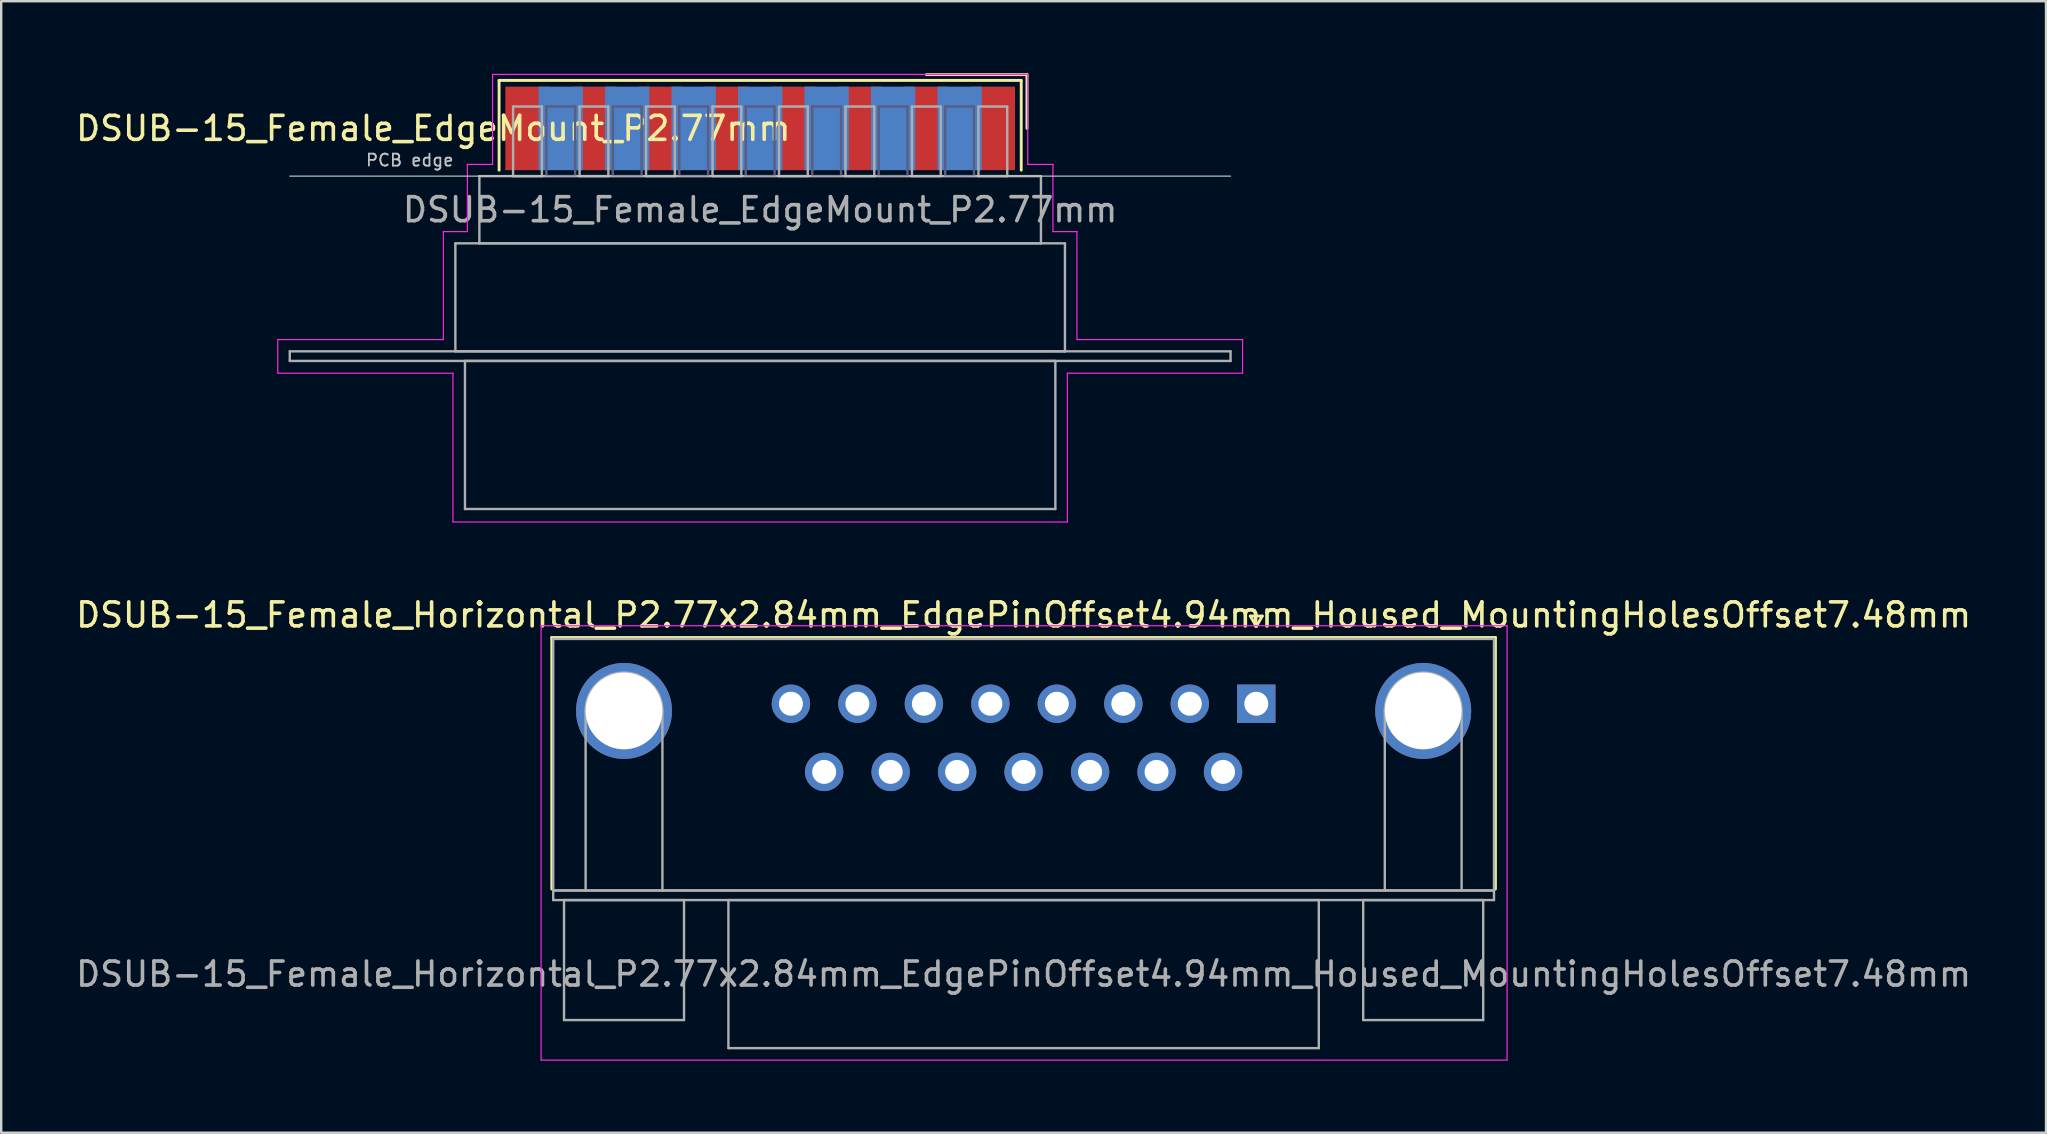
<source format=kicad_pcb>
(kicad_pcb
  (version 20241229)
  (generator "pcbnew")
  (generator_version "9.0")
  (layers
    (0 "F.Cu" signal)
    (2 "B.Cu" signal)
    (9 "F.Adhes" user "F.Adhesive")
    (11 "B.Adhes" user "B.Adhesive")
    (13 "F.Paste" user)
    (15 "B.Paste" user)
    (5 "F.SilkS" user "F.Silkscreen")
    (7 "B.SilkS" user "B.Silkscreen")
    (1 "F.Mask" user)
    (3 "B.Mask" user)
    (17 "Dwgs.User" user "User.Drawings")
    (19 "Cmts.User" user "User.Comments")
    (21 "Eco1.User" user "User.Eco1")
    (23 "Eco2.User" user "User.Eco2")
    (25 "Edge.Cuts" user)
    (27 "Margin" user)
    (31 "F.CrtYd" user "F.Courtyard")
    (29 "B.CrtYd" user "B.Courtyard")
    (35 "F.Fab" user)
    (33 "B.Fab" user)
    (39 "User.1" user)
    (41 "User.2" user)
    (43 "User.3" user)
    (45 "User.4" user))
  (footprint "DSUB-15_Female_Horizontal_P2.77x2.84mm_EdgePinOffset4.94mm_Housed_MountingHolesOffset7.48mm"
    (layer "F.Cu")
    (at 49.296 26.273)
    (property "Reference" "DSUB-15_Female_Horizontal_P2.77x2.84mm_EdgePinOffset4.94mm_Housed_MountingHolesOffset7.48mm" (at -9.695 -3.7 0) (layer "F.SilkS") (effects (font (size 1 1) (thickness 0.15))))
    (attr through_hole)
    (fp_line (start -29.355 -2.76) (end 9.965 -2.76) (stroke (width 0.12) (type solid)) (layer "F.SilkS"))
    (fp_line (start -29.355 7.72) (end -29.355 -2.76) (stroke (width 0.12) (type solid)) (layer "F.SilkS"))
    (fp_line (start -0.25 -3.654) (end 0.25 -3.654) (stroke (width 0.12) (type solid)) (layer "F.SilkS"))
    (fp_line (start 0 -3.221) (end -0.25 -3.654) (stroke (width 0.12) (type solid)) (layer "F.SilkS"))
    (fp_line (start 0.25 -3.654) (end 0 -3.221) (stroke (width 0.12) (type solid)) (layer "F.SilkS"))
    (fp_line (start 9.965 -2.76) (end 9.965 7.72) (stroke (width 0.12) (type solid)) (layer "F.SilkS"))
    (fp_line (start -29.8 -3.25) (end -29.8 14.85) (stroke (width 0.05) (type solid)) (layer "F.CrtYd"))
    (fp_line (start -29.8 14.85) (end 10.45 14.85) (stroke (width 0.05) (type solid)) (layer "F.CrtYd"))
    (fp_line (start 10.45 -3.25) (end -29.8 -3.25) (stroke (width 0.05) (type solid)) (layer "F.CrtYd"))
    (fp_line (start 10.45 14.85) (end 10.45 -3.25) (stroke (width 0.05) (type solid)) (layer "F.CrtYd"))
    (fp_line (start -29.295 -2.7) (end -29.295 7.78) (stroke (width 0.1) (type solid)) (layer "F.Fab"))
    (fp_line (start -29.295 7.78) (end -29.295 8.18) (stroke (width 0.1) (type solid)) (layer "F.Fab"))
    (fp_line (start -29.295 7.78) (end 9.905 7.78) (stroke (width 0.1) (type solid)) (layer "F.Fab"))
    (fp_line (start -29.295 8.18) (end 9.905 8.18) (stroke (width 0.1) (type solid)) (layer "F.Fab"))
    (fp_line (start -28.845 8.18) (end -28.845 13.18) (stroke (width 0.1) (type solid)) (layer "F.Fab"))
    (fp_line (start -28.845 13.18) (end -23.845 13.18) (stroke (width 0.1) (type solid)) (layer "F.Fab"))
    (fp_line (start -27.945 7.78) (end -27.945 0.3) (stroke (width 0.1) (type solid)) (layer "F.Fab"))
    (fp_line (start -24.745 7.78) (end -24.745 0.3) (stroke (width 0.1) (type solid)) (layer "F.Fab"))
    (fp_line (start -23.845 8.18) (end -28.845 8.18) (stroke (width 0.1) (type solid)) (layer "F.Fab"))
    (fp_line (start -23.845 13.18) (end -23.845 8.18) (stroke (width 0.1) (type solid)) (layer "F.Fab"))
    (fp_line (start -21.995 8.18) (end -21.995 14.35) (stroke (width 0.1) (type solid)) (layer "F.Fab"))
    (fp_line (start -21.995 14.35) (end 2.605 14.35) (stroke (width 0.1) (type solid)) (layer "F.Fab"))
    (fp_line (start 2.605 8.18) (end -21.995 8.18) (stroke (width 0.1) (type solid)) (layer "F.Fab"))
    (fp_line (start 2.605 14.35) (end 2.605 8.18) (stroke (width 0.1) (type solid)) (layer "F.Fab"))
    (fp_line (start 4.455 8.18) (end 4.455 13.18) (stroke (width 0.1) (type solid)) (layer "F.Fab"))
    (fp_line (start 4.455 13.18) (end 9.455 13.18) (stroke (width 0.1) (type solid)) (layer "F.Fab"))
    (fp_line (start 5.355 7.78) (end 5.355 0.3) (stroke (width 0.1) (type solid)) (layer "F.Fab"))
    (fp_line (start 8.555 7.78) (end 8.555 0.3) (stroke (width 0.1) (type solid)) (layer "F.Fab"))
    (fp_line (start 9.455 8.18) (end 4.455 8.18) (stroke (width 0.1) (type solid)) (layer "F.Fab"))
    (fp_line (start 9.455 13.18) (end 9.455 8.18) (stroke (width 0.1) (type solid)) (layer "F.Fab"))
    (fp_line (start 9.905 -2.7) (end -29.295 -2.7) (stroke (width 0.1) (type solid)) (layer "F.Fab"))
    (fp_line (start 9.905 7.78) (end -29.295 7.78) (stroke (width 0.1) (type solid)) (layer "F.Fab"))
    (fp_line (start 9.905 7.78) (end 9.905 -2.7) (stroke (width 0.1) (type solid)) (layer "F.Fab"))
    (fp_line (start 9.905 8.18) (end 9.905 7.78) (stroke (width 0.1) (type solid)) (layer "F.Fab"))
    (fp_arc (start -27.945 0.3) (mid -26.345 -1.3) (end -24.745 0.3) (stroke (width 0.1) (type solid)) (layer "F.Fab"))
    (fp_arc (start 5.355 0.3) (mid 6.955 -1.3) (end 8.555 0.3) (stroke (width 0.1) (type solid)) (layer "F.Fab"))
    (fp_text user "${REFERENCE}" (at -9.695 11.265 0) (layer "F.Fab") (effects (font (size 1 1) (thickness 0.15))))
    (pad "0" thru_hole circle (at -26.345 0.3) (size 4 4) (drill 3.2) (layers "*.Cu" "*.Mask"))
    (pad "0" thru_hole circle (at 6.955 0.3) (size 4 4) (drill 3.2) (layers "*.Cu" "*.Mask"))
    (pad "1" thru_hole rect (at 0 0) (size 1.6 1.6) (drill 1) (layers "*.Cu" "*.Mask"))
    (pad "2" thru_hole circle (at -2.77 0) (size 1.6 1.6) (drill 1) (layers "*.Cu" "*.Mask"))
    (pad "3" thru_hole circle (at -5.54 0) (size 1.6 1.6) (drill 1) (layers "*.Cu" "*.Mask"))
    (pad "4" thru_hole circle (at -8.31 0) (size 1.6 1.6) (drill 1) (layers "*.Cu" "*.Mask"))
    (pad "5" thru_hole circle (at -11.08 0) (size 1.6 1.6) (drill 1) (layers "*.Cu" "*.Mask"))
    (pad "6" thru_hole circle (at -13.85 0) (size 1.6 1.6) (drill 1) (layers "*.Cu" "*.Mask"))
    (pad "7" thru_hole circle (at -16.62 0) (size 1.6 1.6) (drill 1) (layers "*.Cu" "*.Mask"))
    (pad "8" thru_hole circle (at -19.39 0) (size 1.6 1.6) (drill 1) (layers "*.Cu" "*.Mask"))
    (pad "9" thru_hole circle (at -1.385 2.84) (size 1.6 1.6) (drill 1) (layers "*.Cu" "*.Mask"))
    (pad "10" thru_hole circle (at -4.155 2.84) (size 1.6 1.6) (drill 1) (layers "*.Cu" "*.Mask"))
    (pad "11" thru_hole circle (at -6.925 2.84) (size 1.6 1.6) (drill 1) (layers "*.Cu" "*.Mask"))
    (pad "12" thru_hole circle (at -9.695 2.84) (size 1.6 1.6) (drill 1) (layers "*.Cu" "*.Mask"))
    (pad "13" thru_hole circle (at -12.465 2.84) (size 1.6 1.6) (drill 1) (layers "*.Cu" "*.Mask"))
    (pad "14" thru_hole circle (at -15.235 2.84) (size 1.6 1.6) (drill 1) (layers "*.Cu" "*.Mask"))
    (pad "15" thru_hole circle (at -18.005 2.84) (size 1.6 1.6) (drill 1) (layers "*.Cu" "*.Mask")))
  (footprint "DSUB-15_Female_EdgeMount_P2.77mm"
    (layer "F.Cu")
    (at 28.624 2.3)
    (property "Reference" "DSUB-15_Female_EdgeMount_P2.77mm" (at -13.618 0 0) (layer "F.SilkS") (effects (font (size 1 1) (thickness 0.15))))
    (attr smd)
    (fp_line (start -10.878 -2) (end -10.878 1.74) (stroke (width 0.12) (type solid)) (layer "F.SilkS"))
    (fp_line (start 10.878 -2) (end -10.878 -2) (stroke (width 0.12) (type solid)) (layer "F.SilkS"))
    (fp_line (start 10.878 1.74) (end 10.878 -2) (stroke (width 0.12) (type solid)) (layer "F.SilkS"))
    (fp_line (start 11.118 -2.24) (end 6.925 -2.24) (stroke (width 0.12) (type solid)) (layer "F.SilkS"))
    (fp_line (start 11.118 0) (end 11.118 -2.24) (stroke (width 0.12) (type solid)) (layer "F.SilkS"))
    (fp_line (start -19.6 1.99) (end 19.6 1.99) (stroke (width 0.05) (type solid)) (layer "Dwgs.User"))
    (fp_line (start -20.1 8.8) (end -13.2 8.8) (stroke (width 0.05) (type solid)) (layer "F.CrtYd"))
    (fp_line (start -20.1 10.2) (end -20.1 8.8) (stroke (width 0.05) (type solid)) (layer "F.CrtYd"))
    (fp_line (start -13.2 4.3) (end -12.2 4.3) (stroke (width 0.05) (type solid)) (layer "F.CrtYd"))
    (fp_line (start -13.2 8.8) (end -13.2 4.3) (stroke (width 0.05) (type solid)) (layer "F.CrtYd"))
    (fp_line (start -12.8 10.2) (end -20.1 10.2) (stroke (width 0.05) (type solid)) (layer "F.CrtYd"))
    (fp_line (start -12.8 16.4) (end -12.8 10.2) (stroke (width 0.05) (type solid)) (layer "F.CrtYd"))
    (fp_line (start -12.2 1.5) (end -11.15 1.5) (stroke (width 0.05) (type solid)) (layer "F.CrtYd"))
    (fp_line (start -12.2 4.3) (end -12.2 1.5) (stroke (width 0.05) (type solid)) (layer "F.CrtYd"))
    (fp_line (start -11.15 -2.25) (end 11.15 -2.25) (stroke (width 0.05) (type solid)) (layer "F.CrtYd"))
    (fp_line (start -11.15 1.5) (end -11.15 -2.25) (stroke (width 0.05) (type solid)) (layer "F.CrtYd"))
    (fp_line (start 11.15 -2.25) (end 11.15 1.5) (stroke (width 0.05) (type solid)) (layer "F.CrtYd"))
    (fp_line (start 11.15 1.5) (end 12.2 1.5) (stroke (width 0.05) (type solid)) (layer "F.CrtYd"))
    (fp_line (start 12.2 1.5) (end 12.2 4.3) (stroke (width 0.05) (type solid)) (layer "F.CrtYd"))
    (fp_line (start 12.2 4.3) (end 13.2 4.3) (stroke (width 0.05) (type solid)) (layer "F.CrtYd"))
    (fp_line (start 12.8 10.2) (end 12.8 16.4) (stroke (width 0.05) (type solid)) (layer "F.CrtYd"))
    (fp_line (start 12.8 16.4) (end -12.8 16.4) (stroke (width 0.05) (type solid)) (layer "F.CrtYd"))
    (fp_line (start 13.2 4.3) (end 13.2 8.8) (stroke (width 0.05) (type solid)) (layer "F.CrtYd"))
    (fp_line (start 13.2 8.8) (end 20.1 8.8) (stroke (width 0.05) (type solid)) (layer "F.CrtYd"))
    (fp_line (start 20.1 8.8) (end 20.1 10.2) (stroke (width 0.05) (type solid)) (layer "F.CrtYd"))
    (fp_line (start 20.1 10.2) (end 12.8 10.2) (stroke (width 0.05) (type solid)) (layer "F.CrtYd"))
    (fp_line (start -8.91 -0.91) (end -8.91 1.99) (stroke (width 0.1) (type solid)) (layer "B.Fab"))
    (fp_line (start -8.91 1.99) (end -7.71 1.99) (stroke (width 0.1) (type solid)) (layer "B.Fab"))
    (fp_line (start -7.71 -0.91) (end -8.91 -0.91) (stroke (width 0.1) (type solid)) (layer "B.Fab"))
    (fp_line (start -7.71 1.99) (end -7.71 -0.91) (stroke (width 0.1) (type solid)) (layer "B.Fab"))
    (fp_line (start -6.14 -0.91) (end -6.14 1.99) (stroke (width 0.1) (type solid)) (layer "B.Fab"))
    (fp_line (start -6.14 1.99) (end -4.94 1.99) (stroke (width 0.1) (type solid)) (layer "B.Fab"))
    (fp_line (start -4.94 -0.91) (end -6.14 -0.91) (stroke (width 0.1) (type solid)) (layer "B.Fab"))
    (fp_line (start -4.94 1.99) (end -4.94 -0.91) (stroke (width 0.1) (type solid)) (layer "B.Fab"))
    (fp_line (start -3.37 -0.91) (end -3.37 1.99) (stroke (width 0.1) (type solid)) (layer "B.Fab"))
    (fp_line (start -3.37 1.99) (end -2.17 1.99) (stroke (width 0.1) (type solid)) (layer "B.Fab"))
    (fp_line (start -2.17 -0.91) (end -3.37 -0.91) (stroke (width 0.1) (type solid)) (layer "B.Fab"))
    (fp_line (start -2.17 1.99) (end -2.17 -0.91) (stroke (width 0.1) (type solid)) (layer "B.Fab"))
    (fp_line (start -0.6 -0.91) (end -0.6 1.99) (stroke (width 0.1) (type solid)) (layer "B.Fab"))
    (fp_line (start -0.6 1.99) (end 0.6 1.99) (stroke (width 0.1) (type solid)) (layer "B.Fab"))
    (fp_line (start 0.6 -0.91) (end -0.6 -0.91) (stroke (width 0.1) (type solid)) (layer "B.Fab"))
    (fp_line (start 0.6 1.99) (end 0.6 -0.91) (stroke (width 0.1) (type solid)) (layer "B.Fab"))
    (fp_line (start 2.17 -0.91) (end 2.17 1.99) (stroke (width 0.1) (type solid)) (layer "B.Fab"))
    (fp_line (start 2.17 1.99) (end 3.37 1.99) (stroke (width 0.1) (type solid)) (layer "B.Fab"))
    (fp_line (start 3.37 -0.91) (end 2.17 -0.91) (stroke (width 0.1) (type solid)) (layer "B.Fab"))
    (fp_line (start 3.37 1.99) (end 3.37 -0.91) (stroke (width 0.1) (type solid)) (layer "B.Fab"))
    (fp_line (start 4.94 -0.91) (end 4.94 1.99) (stroke (width 0.1) (type solid)) (layer "B.Fab"))
    (fp_line (start 4.94 1.99) (end 6.14 1.99) (stroke (width 0.1) (type solid)) (layer "B.Fab"))
    (fp_line (start 6.14 -0.91) (end 4.94 -0.91) (stroke (width 0.1) (type solid)) (layer "B.Fab"))
    (fp_line (start 6.14 1.99) (end 6.14 -0.91) (stroke (width 0.1) (type solid)) (layer "B.Fab"))
    (fp_line (start 7.71 -0.91) (end 7.71 1.99) (stroke (width 0.1) (type solid)) (layer "B.Fab"))
    (fp_line (start 7.71 1.99) (end 8.91 1.99) (stroke (width 0.1) (type solid)) (layer "B.Fab"))
    (fp_line (start 8.91 -0.91) (end 7.71 -0.91) (stroke (width 0.1) (type solid)) (layer "B.Fab"))
    (fp_line (start 8.91 1.99) (end 8.91 -0.91) (stroke (width 0.1) (type solid)) (layer "B.Fab"))
    (fp_line (start -19.6 9.29) (end -19.6 9.69) (stroke (width 0.1) (type solid)) (layer "F.Fab"))
    (fp_line (start -19.6 9.69) (end 19.6 9.69) (stroke (width 0.1) (type solid)) (layer "F.Fab"))
    (fp_line (start -12.7 4.79) (end -12.7 9.29) (stroke (width 0.1) (type solid)) (layer "F.Fab"))
    (fp_line (start -12.7 9.29) (end 12.7 9.29) (stroke (width 0.1) (type solid)) (layer "F.Fab"))
    (fp_line (start -12.3 9.69) (end -12.3 15.86) (stroke (width 0.1) (type solid)) (layer "F.Fab"))
    (fp_line (start -12.3 15.86) (end 12.3 15.86) (stroke (width 0.1) (type solid)) (layer "F.Fab"))
    (fp_line (start -11.7 1.99) (end -11.7 4.79) (stroke (width 0.1) (type solid)) (layer "F.Fab"))
    (fp_line (start -11.7 4.79) (end 11.7 4.79) (stroke (width 0.1) (type solid)) (layer "F.Fab"))
    (fp_line (start -10.295 -0.91) (end -10.295 1.99) (stroke (width 0.1) (type solid)) (layer "F.Fab"))
    (fp_line (start -10.295 1.99) (end -9.095 1.99) (stroke (width 0.1) (type solid)) (layer "F.Fab"))
    (fp_line (start -9.095 -0.91) (end -10.295 -0.91) (stroke (width 0.1) (type solid)) (layer "F.Fab"))
    (fp_line (start -9.095 1.99) (end -9.095 -0.91) (stroke (width 0.1) (type solid)) (layer "F.Fab"))
    (fp_line (start -7.525 -0.91) (end -7.525 1.99) (stroke (width 0.1) (type solid)) (layer "F.Fab"))
    (fp_line (start -7.525 1.99) (end -6.325 1.99) (stroke (width 0.1) (type solid)) (layer "F.Fab"))
    (fp_line (start -6.325 -0.91) (end -7.525 -0.91) (stroke (width 0.1) (type solid)) (layer "F.Fab"))
    (fp_line (start -6.325 1.99) (end -6.325 -0.91) (stroke (width 0.1) (type solid)) (layer "F.Fab"))
    (fp_line (start -4.755 -0.91) (end -4.755 1.99) (stroke (width 0.1) (type solid)) (layer "F.Fab"))
    (fp_line (start -4.755 1.99) (end -3.555 1.99) (stroke (width 0.1) (type solid)) (layer "F.Fab"))
    (fp_line (start -3.555 -0.91) (end -4.755 -0.91) (stroke (width 0.1) (type solid)) (layer "F.Fab"))
    (fp_line (start -3.555 1.99) (end -3.555 -0.91) (stroke (width 0.1) (type solid)) (layer "F.Fab"))
    (fp_line (start -1.985 -0.91) (end -1.985 1.99) (stroke (width 0.1) (type solid)) (layer "F.Fab"))
    (fp_line (start -1.985 1.99) (end -0.785 1.99) (stroke (width 0.1) (type solid)) (layer "F.Fab"))
    (fp_line (start -0.785 -0.91) (end -1.985 -0.91) (stroke (width 0.1) (type solid)) (layer "F.Fab"))
    (fp_line (start -0.785 1.99) (end -0.785 -0.91) (stroke (width 0.1) (type solid)) (layer "F.Fab"))
    (fp_line (start 0.785 -0.91) (end 0.785 1.99) (stroke (width 0.1) (type solid)) (layer "F.Fab"))
    (fp_line (start 0.785 1.99) (end 1.985 1.99) (stroke (width 0.1) (type solid)) (layer "F.Fab"))
    (fp_line (start 1.985 -0.91) (end 0.785 -0.91) (stroke (width 0.1) (type solid)) (layer "F.Fab"))
    (fp_line (start 1.985 1.99) (end 1.985 -0.91) (stroke (width 0.1) (type solid)) (layer "F.Fab"))
    (fp_line (start 3.555 -0.91) (end 3.555 1.99) (stroke (width 0.1) (type solid)) (layer "F.Fab"))
    (fp_line (start 3.555 1.99) (end 4.755 1.99) (stroke (width 0.1) (type solid)) (layer "F.Fab"))
    (fp_line (start 4.755 -0.91) (end 3.555 -0.91) (stroke (width 0.1) (type solid)) (layer "F.Fab"))
    (fp_line (start 4.755 1.99) (end 4.755 -0.91) (stroke (width 0.1) (type solid)) (layer "F.Fab"))
    (fp_line (start 6.325 -0.91) (end 6.325 1.99) (stroke (width 0.1) (type solid)) (layer "F.Fab"))
    (fp_line (start 6.325 1.99) (end 7.525 1.99) (stroke (width 0.1) (type solid)) (layer "F.Fab"))
    (fp_line (start 7.525 -0.91) (end 6.325 -0.91) (stroke (width 0.1) (type solid)) (layer "F.Fab"))
    (fp_line (start 7.525 1.99) (end 7.525 -0.91) (stroke (width 0.1) (type solid)) (layer "F.Fab"))
    (fp_line (start 9.095 -0.91) (end 9.095 1.99) (stroke (width 0.1) (type solid)) (layer "F.Fab"))
    (fp_line (start 9.095 1.99) (end 10.295 1.99) (stroke (width 0.1) (type solid)) (layer "F.Fab"))
    (fp_line (start 10.295 -0.91) (end 9.095 -0.91) (stroke (width 0.1) (type solid)) (layer "F.Fab"))
    (fp_line (start 10.295 1.99) (end 10.295 -0.91) (stroke (width 0.1) (type solid)) (layer "F.Fab"))
    (fp_line (start 11.7 1.99) (end -11.7 1.99) (stroke (width 0.1) (type solid)) (layer "F.Fab"))
    (fp_line (start 11.7 4.79) (end 11.7 1.99) (stroke (width 0.1) (type solid)) (layer "F.Fab"))
    (fp_line (start 12.3 9.69) (end -12.3 9.69) (stroke (width 0.1) (type solid)) (layer "F.Fab"))
    (fp_line (start 12.3 15.86) (end 12.3 9.69) (stroke (width 0.1) (type solid)) (layer "F.Fab"))
    (fp_line (start 12.7 4.79) (end -12.7 4.79) (stroke (width 0.1) (type solid)) (layer "F.Fab"))
    (fp_line (start 12.7 9.29) (end 12.7 4.79) (stroke (width 0.1) (type solid)) (layer "F.Fab"))
    (fp_line (start 19.6 9.29) (end -19.6 9.29) (stroke (width 0.1) (type solid)) (layer "F.Fab"))
    (fp_line (start 19.6 9.69) (end 19.6 9.29) (stroke (width 0.1) (type solid)) (layer "F.Fab"))
    (fp_text user "PCB edge" (at -14.6 1.323 0) (layer "Dwgs.User") (effects (font (size 0.5 0.5) (thickness 0.075))))
    (fp_text user "${REFERENCE}" (at 0 3.39 0) (layer "F.Fab") (effects (font (size 1 1) (thickness 0.15))))
    (pad "1" smd rect (at 9.695 0) (size 1.847 3.48) (layers "F.Cu" "F.Mask" "F.Paste"))
    (pad "2" smd rect (at 6.925 0) (size 1.847 3.48) (layers "F.Cu" "F.Mask" "F.Paste"))
    (pad "3" smd rect (at 4.155 0) (size 1.847 3.48) (layers "F.Cu" "F.Mask" "F.Paste"))
    (pad "4" smd rect (at 1.385 0) (size 1.847 3.48) (layers "F.Cu" "F.Mask" "F.Paste"))
    (pad "5" smd rect (at -1.385 0) (size 1.847 3.48) (layers "F.Cu" "F.Mask" "F.Paste"))
    (pad "6" smd rect (at -4.155 0) (size 1.847 3.48) (layers "F.Cu" "F.Mask" "F.Paste"))
    (pad "7" smd rect (at -6.925 0) (size 1.847 3.48) (layers "F.Cu" "F.Mask" "F.Paste"))
    (pad "8" smd rect (at -9.695 0) (size 1.847 3.48) (layers "F.Cu" "F.Mask" "F.Paste"))
    (pad "9" smd rect (at 8.31 0) (size 1.847 3.48) (layers "B.Cu" "B.Mask" "B.Paste"))
    (pad "10" smd rect (at 5.54 0) (size 1.847 3.48) (layers "B.Cu" "B.Mask" "B.Paste"))
    (pad "11" smd rect (at 2.77 0) (size 1.847 3.48) (layers "B.Cu" "B.Mask" "B.Paste"))
    (pad "12" smd rect (at 0 0) (size 1.847 3.48) (layers "B.Cu" "B.Mask" "B.Paste"))
    (pad "13" smd rect (at -2.77 0) (size 1.847 3.48) (layers "B.Cu" "B.Mask" "B.Paste"))
    (pad "14" smd rect (at -5.54 0) (size 1.847 3.48) (layers "B.Cu" "B.Mask" "B.Paste"))
    (pad "15" smd rect (at -8.31 0) (size 1.847 3.48) (layers "B.Cu" "B.Mask" "B.Paste")))
  (gr_rect
    (start -3 -3)
    (end 82.202 44.148)
    (stroke (width 0.1) (type default))
    (fill no)
    (layer "Edge.Cuts")))
</source>
